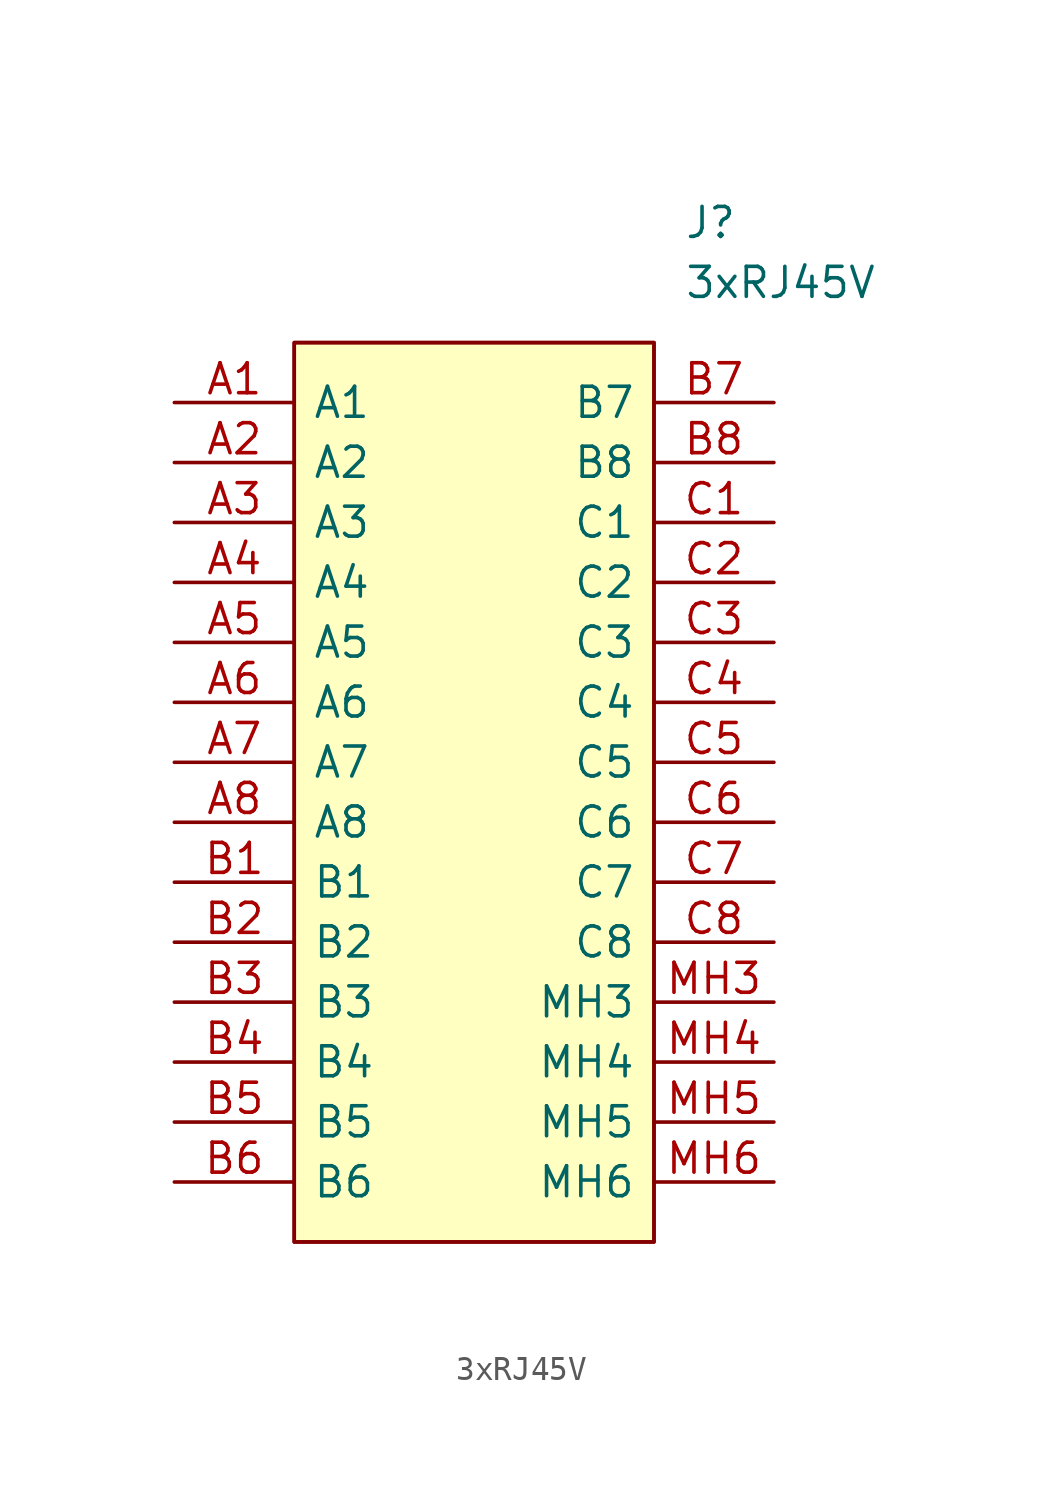
<source format=kicad_sym>
(kicad_symbol_lib
  (version 20211014)
  (generator kicad_symbol_editor)
  (symbol "3xRJ45V"
    (pin_names
      (offset 0.762))
    (property "Reference" "J"
      (at 21.59 7.62 0)
      (effects (font (size 1.27 1.27)) (justify left)))
    (property "Value" "3xRJ45V"
      (at 21.59 5.08 0)
      (effects (font (size 1.27 1.27)) (justify left)))
    (symbol "3xRJ45V_0_0"
      (pin passive line (at 0 0 0) (length 5.08) (name "A1" (effects (font (size 1.27 1.27)))) (number "A1" (effects (font (size 1.27 1.27)))))
      (pin passive line (at 0 -2.54 0) (length 5.08) (name "A2" (effects (font (size 1.27 1.27)))) (number "A2" (effects (font (size 1.27 1.27)))))
      (pin passive line (at 0 -5.08 0) (length 5.08) (name "A3" (effects (font (size 1.27 1.27)))) (number "A3" (effects (font (size 1.27 1.27)))))
      (pin passive line (at 0 -7.62 0) (length 5.08) (name "A4" (effects (font (size 1.27 1.27)))) (number "A4" (effects (font (size 1.27 1.27)))))
      (pin passive line (at 0 -10.16 0) (length 5.08) (name "A5" (effects (font (size 1.27 1.27)))) (number "A5" (effects (font (size 1.27 1.27)))))
      (pin passive line (at 0 -12.7 0) (length 5.08) (name "A6" (effects (font (size 1.27 1.27)))) (number "A6" (effects (font (size 1.27 1.27)))))
      (pin passive line (at 0 -15.24 0) (length 5.08) (name "A7" (effects (font (size 1.27 1.27)))) (number "A7" (effects (font (size 1.27 1.27)))))
      (pin passive line (at 0 -17.78 0) (length 5.08) (name "A8" (effects (font (size 1.27 1.27)))) (number "A8" (effects (font (size 1.27 1.27)))))
      (pin passive line (at 0 -20.32 0) (length 5.08) (name "B1" (effects (font (size 1.27 1.27)))) (number "B1" (effects (font (size 1.27 1.27)))))
      (pin passive line (at 0 -22.86 0) (length 5.08) (name "B2" (effects (font (size 1.27 1.27)))) (number "B2" (effects (font (size 1.27 1.27)))))
      (pin passive line (at 0 -25.4 0) (length 5.08) (name "B3" (effects (font (size 1.27 1.27)))) (number "B3" (effects (font (size 1.27 1.27)))))
      (pin passive line (at 0 -27.94 0) (length 5.08) (name "B4" (effects (font (size 1.27 1.27)))) (number "B4" (effects (font (size 1.27 1.27)))))
      (pin passive line (at 0 -30.48 0) (length 5.08) (name "B5" (effects (font (size 1.27 1.27)))) (number "B5" (effects (font (size 1.27 1.27)))))
      (pin passive line (at 0 -33.02 0) (length 5.08) (name "B6" (effects (font (size 1.27 1.27)))) (number "B6" (effects (font (size 1.27 1.27)))))
      (pin passive line (at 25.4 0 180) (length 5.08) (name "B7" (effects (font (size 1.27 1.27)))) (number "B7" (effects (font (size 1.27 1.27)))))
      (pin passive line (at 25.4 -2.54 180) (length 5.08) (name "B8" (effects (font (size 1.27 1.27)))) (number "B8" (effects (font (size 1.27 1.27)))))
      (pin passive line (at 25.4 -5.08 180) (length 5.08) (name "C1" (effects (font (size 1.27 1.27)))) (number "C1" (effects (font (size 1.27 1.27)))))
      (pin passive line (at 25.4 -7.62 180) (length 5.08) (name "C2" (effects (font (size 1.27 1.27)))) (number "C2" (effects (font (size 1.27 1.27)))))
      (pin passive line (at 25.4 -10.16 180) (length 5.08) (name "C3" (effects (font (size 1.27 1.27)))) (number "C3" (effects (font (size 1.27 1.27)))))
      (pin passive line (at 25.4 -12.7 180) (length 5.08) (name "C4" (effects (font (size 1.27 1.27)))) (number "C4" (effects (font (size 1.27 1.27)))))
      (pin passive line (at 25.4 -15.24 180) (length 5.08) (name "C5" (effects (font (size 1.27 1.27)))) (number "C5" (effects (font (size 1.27 1.27)))))
      (pin passive line (at 25.4 -17.78 180) (length 5.08) (name "C6" (effects (font (size 1.27 1.27)))) (number "C6" (effects (font (size 1.27 1.27)))))
      (pin passive line (at 25.4 -20.32 180) (length 5.08) (name "C7" (effects (font (size 1.27 1.27)))) (number "C7" (effects (font (size 1.27 1.27)))))
      (pin passive line (at 25.4 -22.86 180) (length 5.08) (name "C8" (effects (font (size 1.27 1.27)))) (number "C8" (effects (font (size 1.27 1.27)))))
      (pin passive line (at 25.4 -25.4 180) (length 5.08) (name "MH3" (effects (font (size 1.27 1.27)))) (number "MH3" (effects (font (size 1.27 1.27)))))
      (pin passive line (at 25.4 -27.94 180) (length 5.08) (name "MH4" (effects (font (size 1.27 1.27)))) (number "MH4" (effects (font (size 1.27 1.27)))))
      (pin passive line (at 25.4 -30.48 180) (length 5.08) (name "MH5" (effects (font (size 1.27 1.27)))) (number "MH5" (effects (font (size 1.27 1.27)))))
      (pin passive line (at 25.4 -33.02 180) (length 5.08) (name "MH6" (effects (font (size 1.27 1.27)))) (number "MH6" (effects (font (size 1.27 1.27))))))
    (symbol "3xRJ45V_0_1"
      (polyline (pts (xy 5.08 2.54) (xy 20.32 2.54) (xy 20.32 -35.56) (xy 5.08 -35.56) (xy 5.08 2.54)) (stroke (width 0.152) (type default) (color 0 0 0 0)) (fill (type none)))
      (rectangle (start 5.08 2.54) (end 20.32 -35.56) (stroke (width 0) (type default) (color 0 0 0 0)) (fill (type background))))))
</source>
